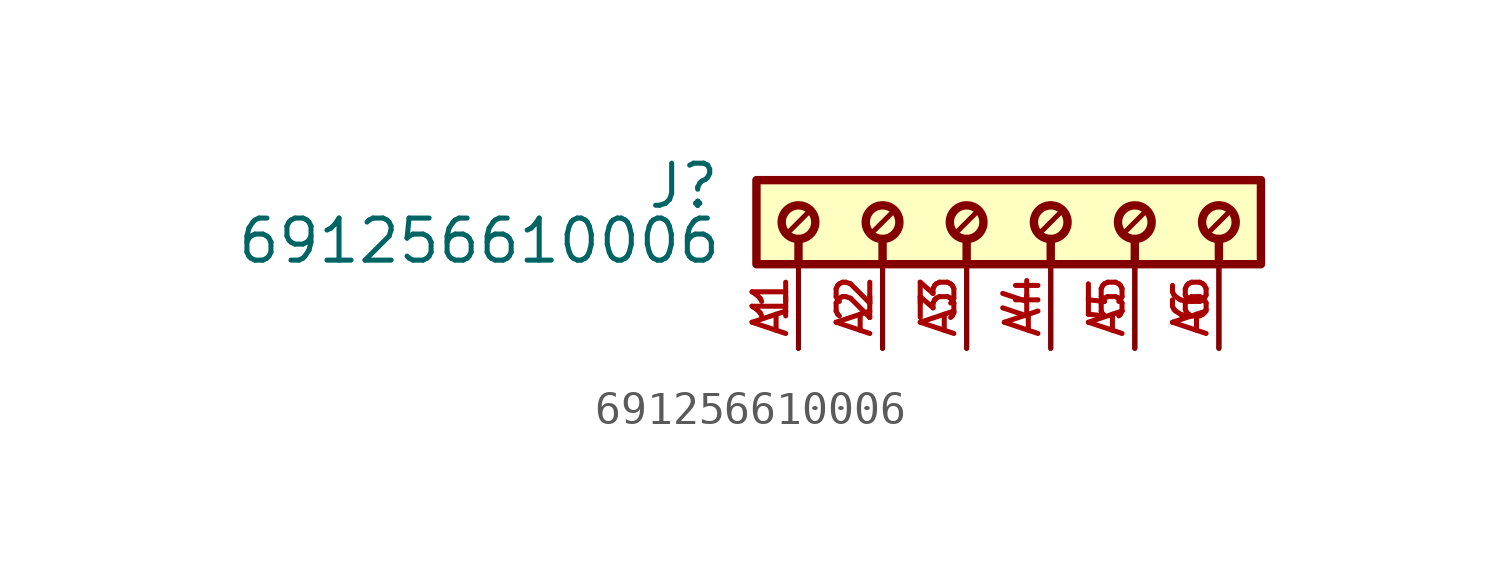
<source format=kicad_sym>
(kicad_symbol_lib
  (version 20211014)
  (generator kicad_symbol_editor)
  (symbol "691256610006"
    (pin_names
      (offset 1.016))
    (property "Reference" "J"
      (at -9.96 -0.922 0)
      (effects (font (size 1.27 1.27)) (justify bottom right)))
    (property "Value" "691256610006"
      (at -9.91 -2.58 0)
      (effects (font (size 1.27 1.27)) (justify bottom right)))
    (symbol "691256610006_0_0"
      (polyline (pts (xy -7.62 -1.778) (xy -7.62 -2.54)) (stroke (width 0.254)))
      (polyline (pts (xy -5.08 -1.778) (xy -5.08 -2.54)) (stroke (width 0.254)))
      (polyline (pts (xy -7.366 -1.016) (xy -7.874 -1.524)) (stroke (width 0.152)))
      (polyline (pts (xy -4.826 -1.016) (xy -5.334 -1.524)) (stroke (width 0.152)))
      (polyline (pts (xy -2.54 -1.778) (xy -2.54 -2.54)) (stroke (width 0.254)))
      (polyline (pts (xy -2.286 -1.016) (xy -2.794 -1.524)) (stroke (width 0.152)))
      (polyline (pts (xy 0.0 -1.778) (xy 0.0 -2.54)) (stroke (width 0.254)))
      (polyline (pts (xy 0.254 -1.016) (xy -0.254 -1.524)) (stroke (width 0.152)))
      (polyline (pts (xy 2.54 -1.778) (xy 2.54 -2.54)) (stroke (width 0.254)))
      (polyline (pts (xy 2.794 -1.016) (xy 2.286 -1.524)) (stroke (width 0.152)))
      (polyline (pts (xy 5.08 -1.778) (xy 5.08 -2.54)) (stroke (width 0.254)))
      (polyline (pts (xy 5.334 -1.016) (xy 4.826 -1.524)) (stroke (width 0.152)))
      (circle (center -7.62 -1.27) (radius 0.508) (stroke (width 0.254)) (fill (type none)))
      (circle (center -5.08 -1.27) (radius 0.508) (stroke (width 0.254)) (fill (type none)))
      (circle (center -2.54 -1.27) (radius 0.508) (stroke (width 0.254)) (fill (type none)))
      (circle (center 0.0 -1.27) (radius 0.508) (stroke (width 0.254)) (fill (type none)))
      (circle (center 2.54 -1.27) (radius 0.508) (stroke (width 0.254)) (fill (type none)))
      (circle (center 5.08 -1.27) (radius 0.508) (stroke (width 0.254)) (fill (type none)))
      (rectangle (start -8.89 -2.54) (end 6.35 0.0) (stroke (width 0.254)) (fill (type background)))
      (pin passive line (at -7.62 -5.08 90.0) (length 2.54) (name "~" (effects (font (size 1.016 1.016)))) (number "1" (effects (font (size 1.016 1.016)))))
      (pin passive line (at -7.62 -5.08 90.0) (length 2.54) (name "~" (effects (font (size 1.016 1.016)))) (number "A1" (effects (font (size 1.016 1.016)))))
      (pin passive line (at -5.08 -5.08 90.0) (length 2.54) (name "~" (effects (font (size 1.016 1.016)))) (number "2" (effects (font (size 1.016 1.016)))))
      (pin passive line (at -5.08 -5.08 90.0) (length 2.54) (name "~" (effects (font (size 1.016 1.016)))) (number "A2" (effects (font (size 1.016 1.016)))))
      (pin passive line (at -2.54 -5.08 90.0) (length 2.54) (name "~" (effects (font (size 1.016 1.016)))) (number "3" (effects (font (size 1.016 1.016)))))
      (pin passive line (at -2.54 -5.08 90.0) (length 2.54) (name "~" (effects (font (size 1.016 1.016)))) (number "A3" (effects (font (size 1.016 1.016)))))
      (pin passive line (at 0.0 -5.08 90.0) (length 2.54) (name "~" (effects (font (size 1.016 1.016)))) (number "4" (effects (font (size 1.016 1.016)))))
      (pin passive line (at 0.0 -5.08 90.0) (length 2.54) (name "~" (effects (font (size 1.016 1.016)))) (number "A4" (effects (font (size 1.016 1.016)))))
      (pin passive line (at 2.54 -5.08 90.0) (length 2.54) (name "~" (effects (font (size 1.016 1.016)))) (number "5" (effects (font (size 1.016 1.016)))))
      (pin passive line (at 2.54 -5.08 90.0) (length 2.54) (name "~" (effects (font (size 1.016 1.016)))) (number "A5" (effects (font (size 1.016 1.016)))))
      (pin passive line (at 5.08 -5.08 90.0) (length 2.54) (name "~" (effects (font (size 1.016 1.016)))) (number "6" (effects (font (size 1.016 1.016)))))
      (pin passive line (at 5.08 -5.08 90.0) (length 2.54) (name "~" (effects (font (size 1.016 1.016)))) (number "A6" (effects (font (size 1.016 1.016))))))))
</source>
